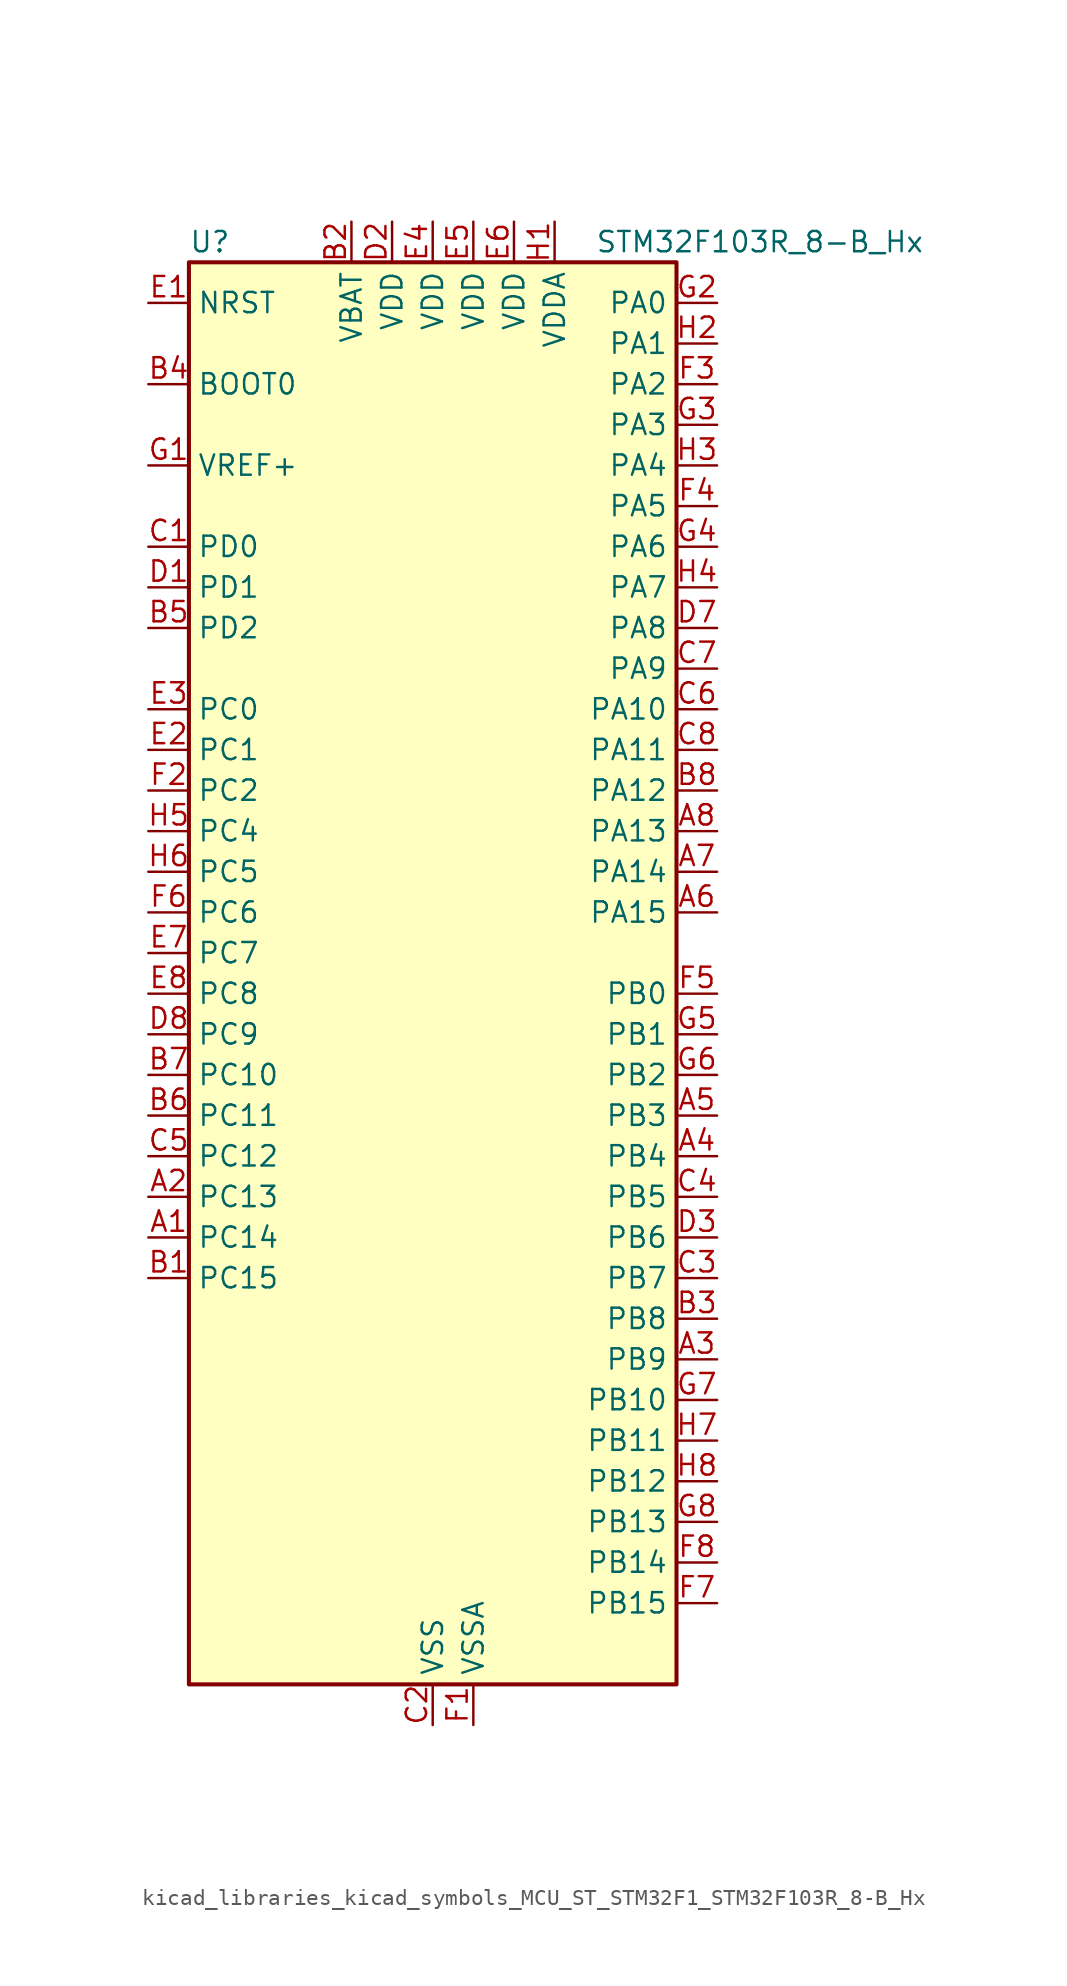
<source format=kicad_sym>
(kicad_symbol_lib
  (version 20220914)
  (generator kicad_symbol_editor)
  (symbol "kicad_libraries_kicad_symbols_MCU_ST_STM32F1_STM32F103R_8-B_Hx"
    (property "Reference" "U"
      (at -15.24 46.99 0)
      (effects (font (size 1.27 1.27)) (justify left)))
    (property "Value" "STM32F103R_8-B_Hx"
      (at 10.16 46.99 0)
      (effects (font (size 1.27 1.27)) (justify left)))
    (property "ki_locked" ""
      (at 0 0 0)
      (effects (font (size 1.27 1.27))))
    (symbol "kicad_libraries_kicad_symbols_MCU_ST_STM32F1_STM32F103R_8-B_Hx_0_1"
      (rectangle (start -15.24 -43.18) (end 15.24 45.72) (stroke (width 0.254) (type default)) (fill (type background))))
    (symbol "kicad_libraries_kicad_symbols_MCU_ST_STM32F1_STM32F103R_8-B_Hx_1_1"
      (pin bidirectional line (at -17.78 -15.24 0) (length 2.54) (name "PC14" (effects (font (size 1.27 1.27)))) (number "A1" (effects (font (size 1.27 1.27)))) (alternate "RCC_OSC32_IN" bidirectional line))
      (pin bidirectional line (at -17.78 -12.7 0) (length 2.54) (name "PC13" (effects (font (size 1.27 1.27)))) (number "A2" (effects (font (size 1.27 1.27)))) (alternate "RTC_OUT" bidirectional line) (alternate "RTC_TAMPER" bidirectional line))
      (pin bidirectional line (at 17.78 -22.86 180) (length 2.54) (name "PB9" (effects (font (size 1.27 1.27)))) (number "A3" (effects (font (size 1.27 1.27)))) (alternate "CAN_TX" bidirectional line) (alternate "I2C1_SDA" bidirectional line) (alternate "TIM4_CH4" bidirectional line))
      (pin bidirectional line (at 17.78 -10.16 180) (length 2.54) (name "PB4" (effects (font (size 1.27 1.27)))) (number "A4" (effects (font (size 1.27 1.27)))) (alternate "SPI1_MISO" bidirectional line) (alternate "SYS_NJTRST" bidirectional line) (alternate "TIM3_CH1" bidirectional line))
      (pin bidirectional line (at 17.78 -7.62 180) (length 2.54) (name "PB3" (effects (font (size 1.27 1.27)))) (number "A5" (effects (font (size 1.27 1.27)))) (alternate "SPI1_SCK" bidirectional line) (alternate "SYS_JTDO-TRACESWO" bidirectional line) (alternate "TIM2_CH2" bidirectional line))
      (pin bidirectional line (at 17.78 5.08 180) (length 2.54) (name "PA15" (effects (font (size 1.27 1.27)))) (number "A6" (effects (font (size 1.27 1.27)))) (alternate "ADC1_EXTI15" bidirectional line) (alternate "ADC2_EXTI15" bidirectional line) (alternate "SPI1_NSS" bidirectional line) (alternate "SYS_JTDI" bidirectional line) (alternate "TIM2_CH1" bidirectional line) (alternate "TIM2_ETR" bidirectional line))
      (pin bidirectional line (at 17.78 7.62 180) (length 2.54) (name "PA14" (effects (font (size 1.27 1.27)))) (number "A7" (effects (font (size 1.27 1.27)))) (alternate "SYS_JTCK-SWCLK" bidirectional line))
      (pin bidirectional line (at 17.78 10.16 180) (length 2.54) (name "PA13" (effects (font (size 1.27 1.27)))) (number "A8" (effects (font (size 1.27 1.27)))) (alternate "SYS_JTMS-SWDIO" bidirectional line))
      (pin bidirectional line (at -17.78 -17.78 0) (length 2.54) (name "PC15" (effects (font (size 1.27 1.27)))) (number "B1" (effects (font (size 1.27 1.27)))) (alternate "ADC1_EXTI15" bidirectional line) (alternate "ADC2_EXTI15" bidirectional line) (alternate "RCC_OSC32_OUT" bidirectional line))
      (pin power_in line (at -5.08 48.26 270) (length 2.54) (name "VBAT" (effects (font (size 1.27 1.27)))) (number "B2" (effects (font (size 1.27 1.27)))))
      (pin bidirectional line (at 17.78 -20.32 180) (length 2.54) (name "PB8" (effects (font (size 1.27 1.27)))) (number "B3" (effects (font (size 1.27 1.27)))) (alternate "CAN_RX" bidirectional line) (alternate "I2C1_SCL" bidirectional line) (alternate "TIM4_CH3" bidirectional line))
      (pin input line (at -17.78 38.1 0) (length 2.54) (name "BOOT0" (effects (font (size 1.27 1.27)))) (number "B4" (effects (font (size 1.27 1.27)))))
      (pin bidirectional line (at -17.78 22.86 0) (length 2.54) (name "PD2" (effects (font (size 1.27 1.27)))) (number "B5" (effects (font (size 1.27 1.27)))) (alternate "TIM3_ETR" bidirectional line))
      (pin bidirectional line (at -17.78 -7.62 0) (length 2.54) (name "PC11" (effects (font (size 1.27 1.27)))) (number "B6" (effects (font (size 1.27 1.27)))) (alternate "ADC1_EXTI11" bidirectional line) (alternate "ADC2_EXTI11" bidirectional line) (alternate "USART3_RX" bidirectional line))
      (pin bidirectional line (at -17.78 -5.08 0) (length 2.54) (name "PC10" (effects (font (size 1.27 1.27)))) (number "B7" (effects (font (size 1.27 1.27)))) (alternate "USART3_TX" bidirectional line))
      (pin bidirectional line (at 17.78 12.7 180) (length 2.54) (name "PA12" (effects (font (size 1.27 1.27)))) (number "B8" (effects (font (size 1.27 1.27)))) (alternate "CAN_TX" bidirectional line) (alternate "TIM1_ETR" bidirectional line) (alternate "USART1_RTS" bidirectional line) (alternate "USB_DP" bidirectional line))
      (pin bidirectional line (at -17.78 27.94 0) (length 2.54) (name "PD0" (effects (font (size 1.27 1.27)))) (number "C1" (effects (font (size 1.27 1.27)))) (alternate "RCC_OSC_IN" bidirectional line))
      (pin power_in line (at 0 -45.72 90) (length 2.54) (name "VSS" (effects (font (size 1.27 1.27)))) (number "C2" (effects (font (size 1.27 1.27)))))
      (pin bidirectional line (at 17.78 -17.78 180) (length 2.54) (name "PB7" (effects (font (size 1.27 1.27)))) (number "C3" (effects (font (size 1.27 1.27)))) (alternate "I2C1_SDA" bidirectional line) (alternate "TIM4_CH2" bidirectional line) (alternate "USART1_RX" bidirectional line))
      (pin bidirectional line (at 17.78 -12.7 180) (length 2.54) (name "PB5" (effects (font (size 1.27 1.27)))) (number "C4" (effects (font (size 1.27 1.27)))) (alternate "I2C1_SMBA" bidirectional line) (alternate "SPI1_MOSI" bidirectional line) (alternate "TIM3_CH2" bidirectional line))
      (pin bidirectional line (at -17.78 -10.16 0) (length 2.54) (name "PC12" (effects (font (size 1.27 1.27)))) (number "C5" (effects (font (size 1.27 1.27)))) (alternate "USART3_CK" bidirectional line))
      (pin bidirectional line (at 17.78 17.78 180) (length 2.54) (name "PA10" (effects (font (size 1.27 1.27)))) (number "C6" (effects (font (size 1.27 1.27)))) (alternate "TIM1_CH3" bidirectional line) (alternate "USART1_RX" bidirectional line))
      (pin bidirectional line (at 17.78 20.32 180) (length 2.54) (name "PA9" (effects (font (size 1.27 1.27)))) (number "C7" (effects (font (size 1.27 1.27)))) (alternate "TIM1_CH2" bidirectional line) (alternate "USART1_TX" bidirectional line))
      (pin bidirectional line (at 17.78 15.24 180) (length 2.54) (name "PA11" (effects (font (size 1.27 1.27)))) (number "C8" (effects (font (size 1.27 1.27)))) (alternate "ADC1_EXTI11" bidirectional line) (alternate "ADC2_EXTI11" bidirectional line) (alternate "CAN_RX" bidirectional line) (alternate "TIM1_CH4" bidirectional line) (alternate "USART1_CTS" bidirectional line) (alternate "USB_DM" bidirectional line))
      (pin bidirectional line (at -17.78 25.4 0) (length 2.54) (name "PD1" (effects (font (size 1.27 1.27)))) (number "D1" (effects (font (size 1.27 1.27)))) (alternate "RCC_OSC_OUT" bidirectional line))
      (pin power_in line (at -2.54 48.26 270) (length 2.54) (name "VDD" (effects (font (size 1.27 1.27)))) (number "D2" (effects (font (size 1.27 1.27)))))
      (pin bidirectional line (at 17.78 -15.24 180) (length 2.54) (name "PB6" (effects (font (size 1.27 1.27)))) (number "D3" (effects (font (size 1.27 1.27)))) (alternate "I2C1_SCL" bidirectional line) (alternate "TIM4_CH1" bidirectional line) (alternate "USART1_TX" bidirectional line))
      (pin passive line (at 0 -45.72 90) (length 2.54) hide (name "VSS" (effects (font (size 1.27 1.27)))) (number "D4" (effects (font (size 1.27 1.27)))))
      (pin passive line (at 0 -45.72 90) (length 2.54) hide (name "VSS" (effects (font (size 1.27 1.27)))) (number "D5" (effects (font (size 1.27 1.27)))))
      (pin passive line (at 0 -45.72 90) (length 2.54) hide (name "VSS" (effects (font (size 1.27 1.27)))) (number "D6" (effects (font (size 1.27 1.27)))))
      (pin bidirectional line (at 17.78 22.86 180) (length 2.54) (name "PA8" (effects (font (size 1.27 1.27)))) (number "D7" (effects (font (size 1.27 1.27)))) (alternate "RCC_MCO" bidirectional line) (alternate "TIM1_CH1" bidirectional line) (alternate "USART1_CK" bidirectional line))
      (pin bidirectional line (at -17.78 -2.54 0) (length 2.54) (name "PC9" (effects (font (size 1.27 1.27)))) (number "D8" (effects (font (size 1.27 1.27)))) (alternate "TIM3_CH4" bidirectional line))
      (pin input line (at -17.78 43.18 0) (length 2.54) (name "NRST" (effects (font (size 1.27 1.27)))) (number "E1" (effects (font (size 1.27 1.27)))))
      (pin bidirectional line (at -17.78 15.24 0) (length 2.54) (name "PC1" (effects (font (size 1.27 1.27)))) (number "E2" (effects (font (size 1.27 1.27)))) (alternate "ADC1_IN11" bidirectional line) (alternate "ADC2_IN11" bidirectional line))
      (pin bidirectional line (at -17.78 17.78 0) (length 2.54) (name "PC0" (effects (font (size 1.27 1.27)))) (number "E3" (effects (font (size 1.27 1.27)))) (alternate "ADC1_IN10" bidirectional line) (alternate "ADC2_IN10" bidirectional line))
      (pin power_in line (at 0 48.26 270) (length 2.54) (name "VDD" (effects (font (size 1.27 1.27)))) (number "E4" (effects (font (size 1.27 1.27)))))
      (pin power_in line (at 2.54 48.26 270) (length 2.54) (name "VDD" (effects (font (size 1.27 1.27)))) (number "E5" (effects (font (size 1.27 1.27)))))
      (pin power_in line (at 5.08 48.26 270) (length 2.54) (name "VDD" (effects (font (size 1.27 1.27)))) (number "E6" (effects (font (size 1.27 1.27)))))
      (pin bidirectional line (at -17.78 2.54 0) (length 2.54) (name "PC7" (effects (font (size 1.27 1.27)))) (number "E7" (effects (font (size 1.27 1.27)))) (alternate "TIM3_CH2" bidirectional line))
      (pin bidirectional line (at -17.78 0 0) (length 2.54) (name "PC8" (effects (font (size 1.27 1.27)))) (number "E8" (effects (font (size 1.27 1.27)))) (alternate "TIM3_CH3" bidirectional line))
      (pin power_in line (at 2.54 -45.72 90) (length 2.54) (name "VSSA" (effects (font (size 1.27 1.27)))) (number "F1" (effects (font (size 1.27 1.27)))))
      (pin bidirectional line (at -17.78 12.7 0) (length 2.54) (name "PC2" (effects (font (size 1.27 1.27)))) (number "F2" (effects (font (size 1.27 1.27)))) (alternate "ADC1_IN12" bidirectional line) (alternate "ADC2_IN12" bidirectional line))
      (pin bidirectional line (at 17.78 38.1 180) (length 2.54) (name "PA2" (effects (font (size 1.27 1.27)))) (number "F3" (effects (font (size 1.27 1.27)))) (alternate "ADC1_IN2" bidirectional line) (alternate "ADC2_IN2" bidirectional line) (alternate "TIM2_CH3" bidirectional line) (alternate "USART2_TX" bidirectional line))
      (pin bidirectional line (at 17.78 30.48 180) (length 2.54) (name "PA5" (effects (font (size 1.27 1.27)))) (number "F4" (effects (font (size 1.27 1.27)))) (alternate "ADC1_IN5" bidirectional line) (alternate "ADC2_IN5" bidirectional line) (alternate "SPI1_SCK" bidirectional line))
      (pin bidirectional line (at 17.78 0 180) (length 2.54) (name "PB0" (effects (font (size 1.27 1.27)))) (number "F5" (effects (font (size 1.27 1.27)))) (alternate "ADC1_IN8" bidirectional line) (alternate "ADC2_IN8" bidirectional line) (alternate "TIM1_CH2N" bidirectional line) (alternate "TIM3_CH3" bidirectional line))
      (pin bidirectional line (at -17.78 5.08 0) (length 2.54) (name "PC6" (effects (font (size 1.27 1.27)))) (number "F6" (effects (font (size 1.27 1.27)))) (alternate "TIM3_CH1" bidirectional line))
      (pin bidirectional line (at 17.78 -38.1 180) (length 2.54) (name "PB15" (effects (font (size 1.27 1.27)))) (number "F7" (effects (font (size 1.27 1.27)))) (alternate "ADC1_EXTI15" bidirectional line) (alternate "ADC2_EXTI15" bidirectional line) (alternate "SPI2_MOSI" bidirectional line) (alternate "TIM1_CH3N" bidirectional line))
      (pin bidirectional line (at 17.78 -35.56 180) (length 2.54) (name "PB14" (effects (font (size 1.27 1.27)))) (number "F8" (effects (font (size 1.27 1.27)))) (alternate "SPI2_MISO" bidirectional line) (alternate "TIM1_CH2N" bidirectional line) (alternate "USART3_RTS" bidirectional line))
      (pin input line (at -17.78 33.02 0) (length 2.54) (name "VREF+" (effects (font (size 1.27 1.27)))) (number "G1" (effects (font (size 1.27 1.27)))))
      (pin bidirectional line (at 17.78 43.18 180) (length 2.54) (name "PA0" (effects (font (size 1.27 1.27)))) (number "G2" (effects (font (size 1.27 1.27)))) (alternate "ADC1_IN0" bidirectional line) (alternate "ADC2_IN0" bidirectional line) (alternate "SYS_WKUP" bidirectional line) (alternate "TIM2_CH1" bidirectional line) (alternate "TIM2_ETR" bidirectional line) (alternate "USART2_CTS" bidirectional line))
      (pin bidirectional line (at 17.78 35.56 180) (length 2.54) (name "PA3" (effects (font (size 1.27 1.27)))) (number "G3" (effects (font (size 1.27 1.27)))) (alternate "ADC1_IN3" bidirectional line) (alternate "ADC2_IN3" bidirectional line) (alternate "TIM2_CH4" bidirectional line) (alternate "USART2_RX" bidirectional line))
      (pin bidirectional line (at 17.78 27.94 180) (length 2.54) (name "PA6" (effects (font (size 1.27 1.27)))) (number "G4" (effects (font (size 1.27 1.27)))) (alternate "ADC1_IN6" bidirectional line) (alternate "ADC2_IN6" bidirectional line) (alternate "SPI1_MISO" bidirectional line) (alternate "TIM1_BKIN" bidirectional line) (alternate "TIM3_CH1" bidirectional line))
      (pin bidirectional line (at 17.78 -2.54 180) (length 2.54) (name "PB1" (effects (font (size 1.27 1.27)))) (number "G5" (effects (font (size 1.27 1.27)))) (alternate "ADC1_IN9" bidirectional line) (alternate "ADC2_IN9" bidirectional line) (alternate "TIM1_CH3N" bidirectional line) (alternate "TIM3_CH4" bidirectional line))
      (pin bidirectional line (at 17.78 -5.08 180) (length 2.54) (name "PB2" (effects (font (size 1.27 1.27)))) (number "G6" (effects (font (size 1.27 1.27)))))
      (pin bidirectional line (at 17.78 -25.4 180) (length 2.54) (name "PB10" (effects (font (size 1.27 1.27)))) (number "G7" (effects (font (size 1.27 1.27)))) (alternate "I2C2_SCL" bidirectional line) (alternate "TIM2_CH3" bidirectional line) (alternate "USART3_TX" bidirectional line))
      (pin bidirectional line (at 17.78 -33.02 180) (length 2.54) (name "PB13" (effects (font (size 1.27 1.27)))) (number "G8" (effects (font (size 1.27 1.27)))) (alternate "SPI2_SCK" bidirectional line) (alternate "TIM1_CH1N" bidirectional line) (alternate "USART3_CTS" bidirectional line))
      (pin power_in line (at 7.62 48.26 270) (length 2.54) (name "VDDA" (effects (font (size 1.27 1.27)))) (number "H1" (effects (font (size 1.27 1.27)))))
      (pin bidirectional line (at 17.78 40.64 180) (length 2.54) (name "PA1" (effects (font (size 1.27 1.27)))) (number "H2" (effects (font (size 1.27 1.27)))) (alternate "ADC1_IN1" bidirectional line) (alternate "ADC2_IN1" bidirectional line) (alternate "TIM2_CH2" bidirectional line) (alternate "USART2_RTS" bidirectional line))
      (pin bidirectional line (at 17.78 33.02 180) (length 2.54) (name "PA4" (effects (font (size 1.27 1.27)))) (number "H3" (effects (font (size 1.27 1.27)))) (alternate "ADC1_IN4" bidirectional line) (alternate "ADC2_IN4" bidirectional line) (alternate "SPI1_NSS" bidirectional line) (alternate "USART2_CK" bidirectional line))
      (pin bidirectional line (at 17.78 25.4 180) (length 2.54) (name "PA7" (effects (font (size 1.27 1.27)))) (number "H4" (effects (font (size 1.27 1.27)))) (alternate "ADC1_IN7" bidirectional line) (alternate "ADC2_IN7" bidirectional line) (alternate "SPI1_MOSI" bidirectional line) (alternate "TIM1_CH1N" bidirectional line) (alternate "TIM3_CH2" bidirectional line))
      (pin bidirectional line (at -17.78 10.16 0) (length 2.54) (name "PC4" (effects (font (size 1.27 1.27)))) (number "H5" (effects (font (size 1.27 1.27)))) (alternate "ADC1_IN14" bidirectional line) (alternate "ADC2_IN14" bidirectional line))
      (pin bidirectional line (at -17.78 7.62 0) (length 2.54) (name "PC5" (effects (font (size 1.27 1.27)))) (number "H6" (effects (font (size 1.27 1.27)))) (alternate "ADC1_IN15" bidirectional line) (alternate "ADC2_IN15" bidirectional line))
      (pin bidirectional line (at 17.78 -27.94 180) (length 2.54) (name "PB11" (effects (font (size 1.27 1.27)))) (number "H7" (effects (font (size 1.27 1.27)))) (alternate "ADC1_EXTI11" bidirectional line) (alternate "ADC2_EXTI11" bidirectional line) (alternate "I2C2_SDA" bidirectional line) (alternate "TIM2_CH4" bidirectional line) (alternate "USART3_RX" bidirectional line))
      (pin bidirectional line (at 17.78 -30.48 180) (length 2.54) (name "PB12" (effects (font (size 1.27 1.27)))) (number "H8" (effects (font (size 1.27 1.27)))) (alternate "I2C2_SMBA" bidirectional line) (alternate "SPI2_NSS" bidirectional line) (alternate "TIM1_BKIN" bidirectional line) (alternate "USART3_CK" bidirectional line)))))
</source>
